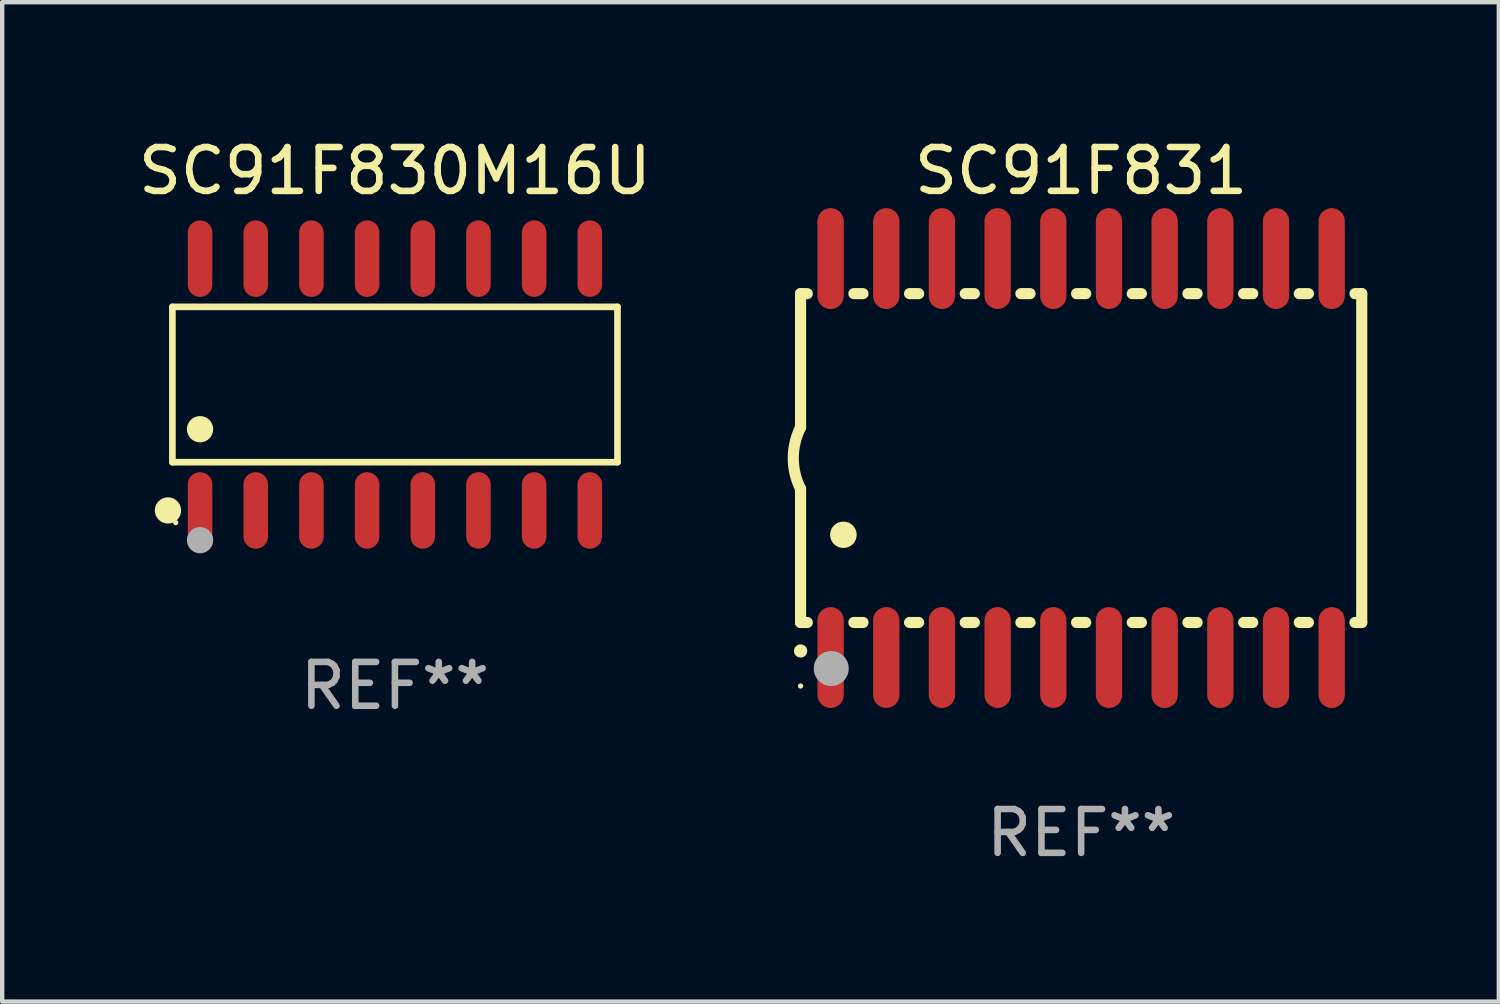
<source format=kicad_pcb>
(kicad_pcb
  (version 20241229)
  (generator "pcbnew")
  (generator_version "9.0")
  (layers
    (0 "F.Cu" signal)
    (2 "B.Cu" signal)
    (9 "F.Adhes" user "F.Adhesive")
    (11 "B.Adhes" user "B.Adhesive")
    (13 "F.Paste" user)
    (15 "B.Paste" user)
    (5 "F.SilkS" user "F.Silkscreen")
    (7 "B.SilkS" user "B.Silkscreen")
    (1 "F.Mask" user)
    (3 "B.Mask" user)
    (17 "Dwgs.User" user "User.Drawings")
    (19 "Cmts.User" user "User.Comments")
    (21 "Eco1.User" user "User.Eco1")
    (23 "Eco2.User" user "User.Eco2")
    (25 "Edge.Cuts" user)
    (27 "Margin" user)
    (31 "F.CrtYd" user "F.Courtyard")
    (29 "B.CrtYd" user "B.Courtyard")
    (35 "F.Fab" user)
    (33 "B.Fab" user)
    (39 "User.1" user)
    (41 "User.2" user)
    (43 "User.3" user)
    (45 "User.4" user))
  (footprint "SC91F831"
    (layer "F.Cu")
    (at 21.61 7.398)
    (property "Reference" "SC91F831" (at 0 -6.55 0) (layer "F.SilkS") (effects (font (size 1 1) (thickness 0.15))))
    (attr through_hole)
    (fp_line (start -6.4 -3.75) (end -6.4 -0.7) (stroke (width 0.254) (type solid)) (layer "F.SilkS"))
    (fp_line (start -6.4 -3.75) (end -6.246 -3.75) (stroke (width 0.254) (type solid)) (layer "F.SilkS"))
    (fp_line (start -6.4 3.75) (end -6.4 0.7) (stroke (width 0.254) (type solid)) (layer "F.SilkS"))
    (fp_line (start -6.246 3.75) (end -6.4 3.75) (stroke (width 0.254) (type solid)) (layer "F.SilkS"))
    (fp_line (start -5.184 -3.75) (end -4.976 -3.75) (stroke (width 0.254) (type solid)) (layer "F.SilkS"))
    (fp_line (start -4.976 3.75) (end -5.184 3.75) (stroke (width 0.254) (type solid)) (layer "F.SilkS"))
    (fp_line (start -3.914 -3.75) (end -3.706 -3.75) (stroke (width 0.254) (type solid)) (layer "F.SilkS"))
    (fp_line (start -3.706 3.75) (end -3.914 3.75) (stroke (width 0.254) (type solid)) (layer "F.SilkS"))
    (fp_line (start -2.644 -3.75) (end -2.436 -3.75) (stroke (width 0.254) (type solid)) (layer "F.SilkS"))
    (fp_line (start -2.436 3.75) (end -2.644 3.75) (stroke (width 0.254) (type solid)) (layer "F.SilkS"))
    (fp_line (start -1.374 -3.75) (end -1.166 -3.75) (stroke (width 0.254) (type solid)) (layer "F.SilkS"))
    (fp_line (start -1.166 3.75) (end -1.374 3.75) (stroke (width 0.254) (type solid)) (layer "F.SilkS"))
    (fp_line (start -0.104 -3.75) (end 0.104 -3.75) (stroke (width 0.254) (type solid)) (layer "F.SilkS"))
    (fp_line (start 0.104 3.75) (end -0.104 3.75) (stroke (width 0.254) (type solid)) (layer "F.SilkS"))
    (fp_line (start 1.166 -3.75) (end 1.374 -3.75) (stroke (width 0.254) (type solid)) (layer "F.SilkS"))
    (fp_line (start 1.374 3.75) (end 1.166 3.75) (stroke (width 0.254) (type solid)) (layer "F.SilkS"))
    (fp_line (start 2.436 -3.75) (end 2.644 -3.75) (stroke (width 0.254) (type solid)) (layer "F.SilkS"))
    (fp_line (start 2.644 3.75) (end 2.436 3.75) (stroke (width 0.254) (type solid)) (layer "F.SilkS"))
    (fp_line (start 3.706 -3.75) (end 3.914 -3.75) (stroke (width 0.254) (type solid)) (layer "F.SilkS"))
    (fp_line (start 3.914 3.75) (end 3.706 3.75) (stroke (width 0.254) (type solid)) (layer "F.SilkS"))
    (fp_line (start 4.976 -3.75) (end 5.184 -3.75) (stroke (width 0.254) (type solid)) (layer "F.SilkS"))
    (fp_line (start 5.184 3.75) (end 4.976 3.75) (stroke (width 0.254) (type solid)) (layer "F.SilkS"))
    (fp_line (start 6.246 -3.75) (end 6.4 -3.75) (stroke (width 0.254) (type solid)) (layer "F.SilkS"))
    (fp_line (start 6.4 -3.75) (end 6.4 3.75) (stroke (width 0.254) (type solid)) (layer "F.SilkS"))
    (fp_line (start 6.4 3.75) (end 6.246 3.75) (stroke (width 0.254) (type solid)) (layer "F.SilkS"))
    (fp_arc (start -6.400812 0.701041) (mid -6.565912 0.000428) (end -6.400025 -0.7) (stroke (width 0.254001) (type solid)) (layer "F.SilkS"))
    (fp_arc (start -6.400025 4.4) (mid -6.398755 4.399995) (end -6.397485 4.4) (stroke (width 0.3) (type solid)) (layer "F.SilkS"))
    (fp_arc (start -5.425451 1.750064) (mid -5.422911 1.750053) (end -5.420371 1.750064) (stroke (width 0.6) (type solid)) (layer "F.SilkS"))
    (fp_circle (center -6.4 5.2) (end -6.37 5.2) (stroke (width 0.06) (type solid)) (fill no) (layer "F.SilkS"))
    (fp_circle (center -5.7 4.8) (end -5.5 4.8) (stroke (width 0.4) (type solid)) (fill no) (layer "F.Fab"))
    (fp_text user "REF**" (at 0 8.55 0) (layer "F.Fab") (effects (font (size 1 1) (thickness 0.15))))
    (pad "1" smd oval (at -5.715 4.55 180) (size 0.6 2.3) (layers "F.Cu" "F.Mask" "F.Paste"))
    (pad "2" smd oval (at -4.445 4.55 180) (size 0.6 2.3) (layers "F.Cu" "F.Mask" "F.Paste"))
    (pad "3" smd oval (at -3.175 4.55 180) (size 0.6 2.3) (layers "F.Cu" "F.Mask" "F.Paste"))
    (pad "4" smd oval (at -1.905 4.55 180) (size 0.6 2.3) (layers "F.Cu" "F.Mask" "F.Paste"))
    (pad "5" smd oval (at -0.635 4.55 180) (size 0.6 2.3) (layers "F.Cu" "F.Mask" "F.Paste"))
    (pad "6" smd oval (at 0.635 4.55 180) (size 0.6 2.3) (layers "F.Cu" "F.Mask" "F.Paste"))
    (pad "7" smd oval (at 1.905 4.55 180) (size 0.6 2.3) (layers "F.Cu" "F.Mask" "F.Paste"))
    (pad "8" smd oval (at 3.175 4.55 180) (size 0.6 2.3) (layers "F.Cu" "F.Mask" "F.Paste"))
    (pad "9" smd oval (at 4.445 4.55 180) (size 0.6 2.3) (layers "F.Cu" "F.Mask" "F.Paste"))
    (pad "10" smd oval (at 5.715 4.55 180) (size 0.6 2.3) (layers "F.Cu" "F.Mask" "F.Paste"))
    (pad "11" smd oval (at 5.715 -4.55 180) (size 0.6 2.3) (layers "F.Cu" "F.Mask" "F.Paste"))
    (pad "12" smd oval (at 4.445 -4.55 180) (size 0.6 2.3) (layers "F.Cu" "F.Mask" "F.Paste"))
    (pad "13" smd oval (at 3.175 -4.55 180) (size 0.6 2.3) (layers "F.Cu" "F.Mask" "F.Paste"))
    (pad "14" smd oval (at 1.905 -4.55 180) (size 0.6 2.3) (layers "F.Cu" "F.Mask" "F.Paste"))
    (pad "15" smd oval (at 0.635 -4.55 180) (size 0.6 2.3) (layers "F.Cu" "F.Mask" "F.Paste"))
    (pad "16" smd oval (at -0.635 -4.55 180) (size 0.6 2.3) (layers "F.Cu" "F.Mask" "F.Paste"))
    (pad "17" smd oval (at -1.905 -4.55 180) (size 0.6 2.3) (layers "F.Cu" "F.Mask" "F.Paste"))
    (pad "18" smd oval (at -3.175 -4.55 180) (size 0.6 2.3) (layers "F.Cu" "F.Mask" "F.Paste"))
    (pad "19" smd oval (at -4.445 -4.55 180) (size 0.6 2.3) (layers "F.Cu" "F.Mask" "F.Paste"))
    (pad "20" smd oval (at -5.715 -4.55 180) (size 0.6 2.3) (layers "F.Cu" "F.Mask" "F.Paste")))
  (footprint "SC91F830M16U"
    (layer "F.Cu")
    (at 5.958 5.721)
    (property "Reference" "SC91F830M16U" (at 0 -4.872 0) (layer "F.SilkS") (effects (font (size 1 1) (thickness 0.15))))
    (attr through_hole)
    (fp_line (start -5.076 -1.771) (end 5.076 -1.771) (stroke (width 0.152) (type solid)) (layer "F.SilkS"))
    (fp_line (start -5.076 1.771) (end -5.076 -1.771) (stroke (width 0.152) (type solid)) (layer "F.SilkS"))
    (fp_line (start 5.076 -1.771) (end 5.076 1.771) (stroke (width 0.152) (type solid)) (layer "F.SilkS"))
    (fp_line (start 5.076 1.771) (end -5.076 1.771) (stroke (width 0.152) (type solid)) (layer "F.SilkS"))
    (fp_circle (center -5.177 2.872) (end -5.027 2.872) (stroke (width 0.3) (type solid)) (fill no) (layer "F.SilkS"))
    (fp_circle (center -5 3.15) (end -4.97 3.15) (stroke (width 0.06) (type solid)) (fill no) (layer "F.SilkS"))
    (fp_circle (center -4.445 1.019) (end -4.295 1.019) (stroke (width 0.3) (type solid)) (fill no) (layer "F.SilkS"))
    (fp_circle (center -4.445 3.55) (end -4.295 3.55) (stroke (width 0.3) (type solid)) (fill no) (layer "F.Fab"))
    (fp_text user "REF**" (at 0 6.872 0) (layer "F.Fab") (effects (font (size 1 1) (thickness 0.15))))
    (pad "1" smd oval (at -4.445 2.872) (size 0.56 1.745) (layers "F.Cu" "F.Mask" "F.Paste"))
    (pad "2" smd oval (at -3.175 2.872) (size 0.56 1.745) (layers "F.Cu" "F.Mask" "F.Paste"))
    (pad "3" smd oval (at -1.905 2.872) (size 0.56 1.745) (layers "F.Cu" "F.Mask" "F.Paste"))
    (pad "4" smd oval (at -0.635 2.872) (size 0.56 1.745) (layers "F.Cu" "F.Mask" "F.Paste"))
    (pad "5" smd oval (at 0.635 2.872) (size 0.56 1.745) (layers "F.Cu" "F.Mask" "F.Paste"))
    (pad "6" smd oval (at 1.905 2.872) (size 0.56 1.745) (layers "F.Cu" "F.Mask" "F.Paste"))
    (pad "7" smd oval (at 3.175 2.872) (size 0.56 1.745) (layers "F.Cu" "F.Mask" "F.Paste"))
    (pad "8" smd oval (at 4.445 2.872) (size 0.56 1.745) (layers "F.Cu" "F.Mask" "F.Paste"))
    (pad "9" smd oval (at 4.445 -2.872) (size 0.56 1.745) (layers "F.Cu" "F.Mask" "F.Paste"))
    (pad "10" smd oval (at 3.175 -2.872) (size 0.56 1.745) (layers "F.Cu" "F.Mask" "F.Paste"))
    (pad "11" smd oval (at 1.905 -2.872) (size 0.56 1.745) (layers "F.Cu" "F.Mask" "F.Paste"))
    (pad "12" smd oval (at 0.635 -2.872) (size 0.56 1.745) (layers "F.Cu" "F.Mask" "F.Paste"))
    (pad "13" smd oval (at -0.635 -2.872) (size 0.56 1.745) (layers "F.Cu" "F.Mask" "F.Paste"))
    (pad "14" smd oval (at -1.905 -2.872) (size 0.56 1.745) (layers "F.Cu" "F.Mask" "F.Paste"))
    (pad "15" smd oval (at -3.175 -2.872) (size 0.56 1.745) (layers "F.Cu" "F.Mask" "F.Paste"))
    (pad "16" smd oval (at -4.445 -2.872) (size 0.56 1.745) (layers "F.Cu" "F.Mask" "F.Paste")))
  (gr_rect
    (start -3 -3)
    (end 31.137 19.796)
    (stroke (width 0.1) (type default))
    (fill no)
    (layer "Edge.Cuts")))
</source>
